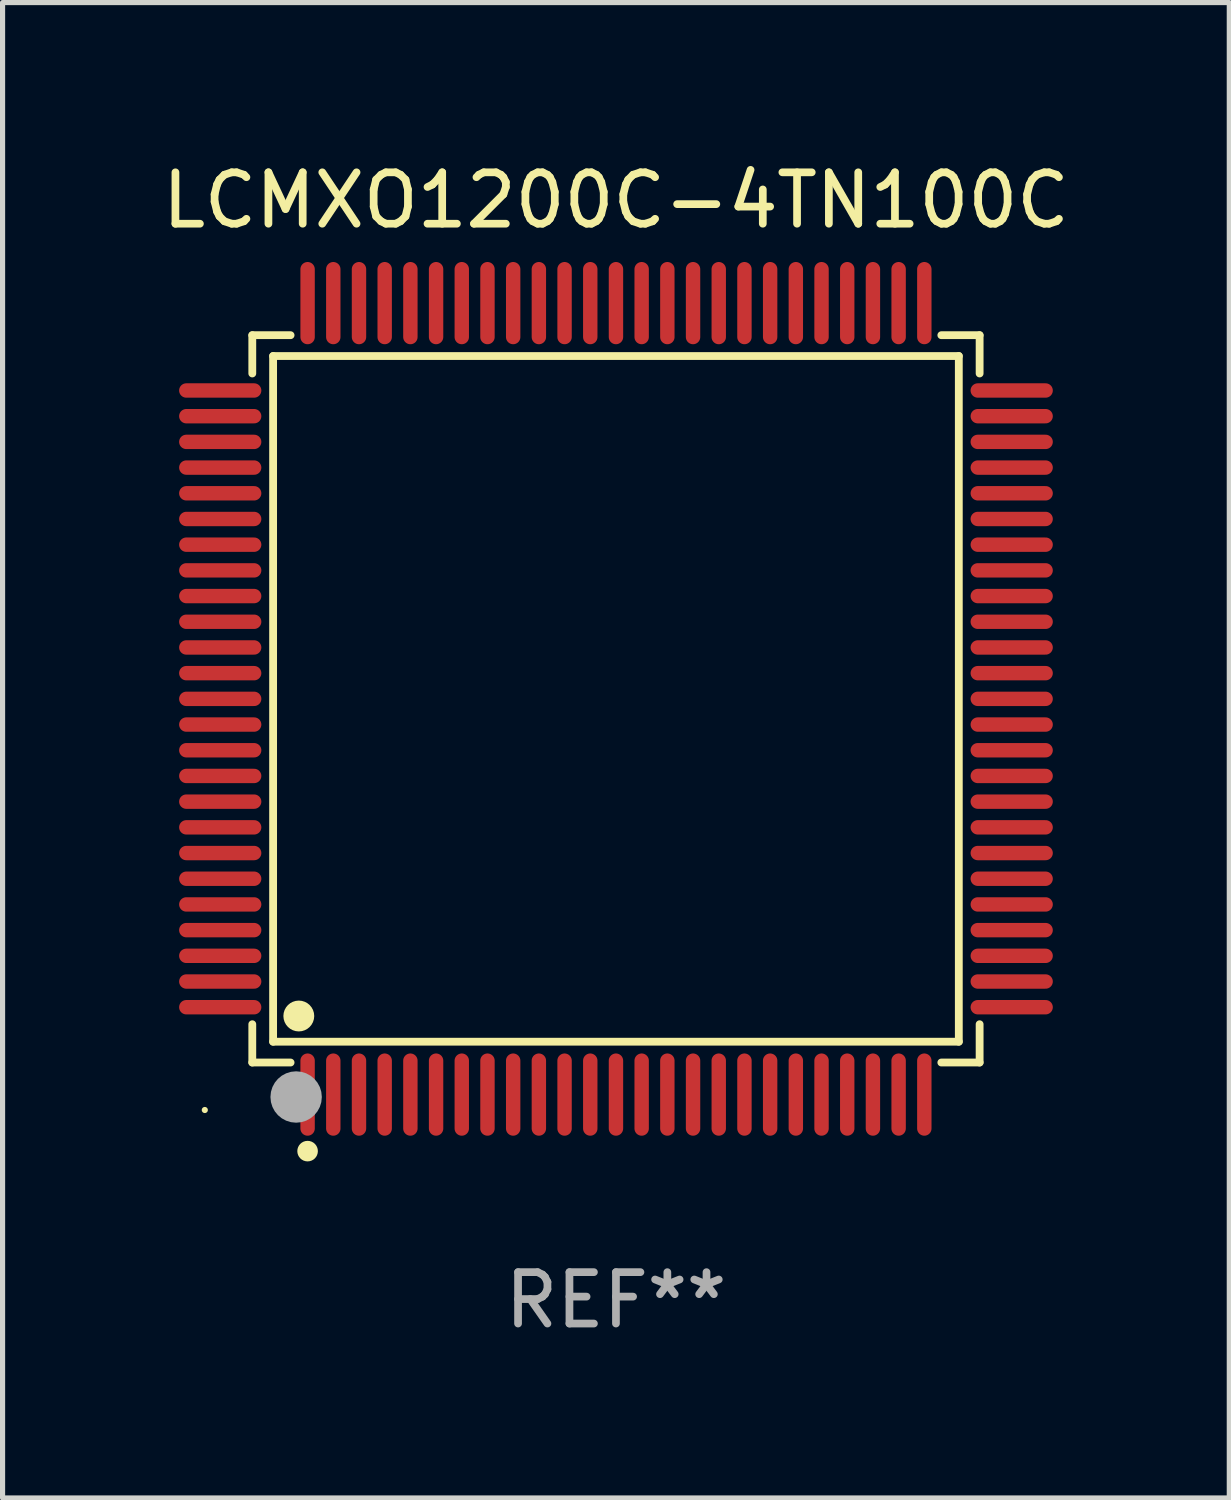
<source format=kicad_pcb>
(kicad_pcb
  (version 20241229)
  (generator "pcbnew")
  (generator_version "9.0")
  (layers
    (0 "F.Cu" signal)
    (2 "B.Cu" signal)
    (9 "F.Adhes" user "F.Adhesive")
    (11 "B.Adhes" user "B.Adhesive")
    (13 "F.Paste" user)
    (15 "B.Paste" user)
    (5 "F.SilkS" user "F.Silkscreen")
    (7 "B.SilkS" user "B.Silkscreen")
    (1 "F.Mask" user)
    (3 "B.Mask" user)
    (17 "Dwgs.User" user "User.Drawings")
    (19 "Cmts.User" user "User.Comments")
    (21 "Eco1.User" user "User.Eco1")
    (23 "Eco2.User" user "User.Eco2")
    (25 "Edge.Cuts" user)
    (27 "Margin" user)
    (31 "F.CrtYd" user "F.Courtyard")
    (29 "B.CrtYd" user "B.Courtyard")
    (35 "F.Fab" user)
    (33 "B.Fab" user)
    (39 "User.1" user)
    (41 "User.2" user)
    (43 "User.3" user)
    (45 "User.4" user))
  (footprint "LCMXO1200C-4TN100C"
    (layer "F.Cu")
    (at 8.935 10.548)
    (property "Reference" "LCMXO1200C-4TN100C" (at 0 -9.7 0) (layer "F.SilkS") (effects (font (size 1 1) (thickness 0.15))))
    (attr through_hole)
    (fp_line (start -7.076 -7.076) (end -6.331 -7.076) (stroke (width 0.152) (type solid)) (layer "F.SilkS"))
    (fp_line (start -7.076 -6.331) (end -7.076 -7.076) (stroke (width 0.152) (type solid)) (layer "F.SilkS"))
    (fp_line (start -7.076 6.331) (end -7.076 7.076) (stroke (width 0.152) (type solid)) (layer "F.SilkS"))
    (fp_line (start -7.076 7.076) (end -6.331 7.076) (stroke (width 0.152) (type solid)) (layer "F.SilkS"))
    (fp_line (start -6.671 -6.671) (end 6.671 -6.671) (stroke (width 0.152) (type solid)) (layer "F.SilkS"))
    (fp_line (start -6.671 6.671) (end -6.671 -6.671) (stroke (width 0.152) (type solid)) (layer "F.SilkS"))
    (fp_line (start 6.671 -6.671) (end 6.671 6.671) (stroke (width 0.152) (type solid)) (layer "F.SilkS"))
    (fp_line (start 6.671 6.671) (end -6.671 6.671) (stroke (width 0.152) (type solid)) (layer "F.SilkS"))
    (fp_line (start 7.076 -7.076) (end 6.331 -7.076) (stroke (width 0.152) (type solid)) (layer "F.SilkS"))
    (fp_line (start 7.076 -6.331) (end 7.076 -7.076) (stroke (width 0.152) (type solid)) (layer "F.SilkS"))
    (fp_line (start 7.076 6.331) (end 7.076 7.076) (stroke (width 0.152) (type solid)) (layer "F.SilkS"))
    (fp_line (start 7.076 7.076) (end 6.331 7.076) (stroke (width 0.152) (type solid)) (layer "F.SilkS"))
    (fp_circle (center -8 8) (end -7.97 8) (stroke (width 0.06) (type solid)) (fill no) (layer "F.SilkS"))
    (fp_circle (center -6.171 6.171) (end -6.021 6.171) (stroke (width 0.3) (type solid)) (fill no) (layer "F.SilkS"))
    (fp_circle (center -6 8.8) (end -5.9 8.8) (stroke (width 0.2) (type solid)) (fill no) (layer "F.SilkS"))
    (fp_circle (center -6.223 7.747) (end -5.973 7.747) (stroke (width 0.5) (type solid)) (fill no) (layer "F.Fab"))
    (fp_text user "REF**" (at 0 11.7 0) (layer "F.Fab") (effects (font (size 1 1) (thickness 0.15))))
    (pad "1" smd oval (at -6 7.7) (size 0.28 1.6) (layers "F.Cu" "F.Mask" "F.Paste"))
    (pad "2" smd oval (at -5.5 7.7) (size 0.28 1.6) (layers "F.Cu" "F.Mask" "F.Paste"))
    (pad "3" smd oval (at -5 7.7) (size 0.28 1.6) (layers "F.Cu" "F.Mask" "F.Paste"))
    (pad "4" smd oval (at -4.5 7.7) (size 0.28 1.6) (layers "F.Cu" "F.Mask" "F.Paste"))
    (pad "5" smd oval (at -4 7.7) (size 0.28 1.6) (layers "F.Cu" "F.Mask" "F.Paste"))
    (pad "6" smd oval (at -3.5 7.7) (size 0.28 1.6) (layers "F.Cu" "F.Mask" "F.Paste"))
    (pad "7" smd oval (at -3 7.7) (size 0.28 1.6) (layers "F.Cu" "F.Mask" "F.Paste"))
    (pad "8" smd oval (at -2.5 7.7) (size 0.28 1.6) (layers "F.Cu" "F.Mask" "F.Paste"))
    (pad "9" smd oval (at -2 7.7) (size 0.28 1.6) (layers "F.Cu" "F.Mask" "F.Paste"))
    (pad "10" smd oval (at -1.5 7.7) (size 0.28 1.6) (layers "F.Cu" "F.Mask" "F.Paste"))
    (pad "11" smd oval (at -1 7.7) (size 0.28 1.6) (layers "F.Cu" "F.Mask" "F.Paste"))
    (pad "12" smd oval (at -0.5 7.7) (size 0.28 1.6) (layers "F.Cu" "F.Mask" "F.Paste"))
    (pad "13" smd oval (at 0 7.7) (size 0.28 1.6) (layers "F.Cu" "F.Mask" "F.Paste"))
    (pad "14" smd oval (at 0.5 7.7) (size 0.28 1.6) (layers "F.Cu" "F.Mask" "F.Paste"))
    (pad "15" smd oval (at 1 7.7) (size 0.28 1.6) (layers "F.Cu" "F.Mask" "F.Paste"))
    (pad "16" smd oval (at 1.5 7.7) (size 0.28 1.6) (layers "F.Cu" "F.Mask" "F.Paste"))
    (pad "17" smd oval (at 2 7.7) (size 0.28 1.6) (layers "F.Cu" "F.Mask" "F.Paste"))
    (pad "18" smd oval (at 2.5 7.7) (size 0.28 1.6) (layers "F.Cu" "F.Mask" "F.Paste"))
    (pad "19" smd oval (at 3 7.7) (size 0.28 1.6) (layers "F.Cu" "F.Mask" "F.Paste"))
    (pad "20" smd oval (at 3.5 7.7) (size 0.28 1.6) (layers "F.Cu" "F.Mask" "F.Paste"))
    (pad "21" smd oval (at 4 7.7) (size 0.28 1.6) (layers "F.Cu" "F.Mask" "F.Paste"))
    (pad "22" smd oval (at 4.5 7.7) (size 0.28 1.6) (layers "F.Cu" "F.Mask" "F.Paste"))
    (pad "23" smd oval (at 5 7.7) (size 0.28 1.6) (layers "F.Cu" "F.Mask" "F.Paste"))
    (pad "24" smd oval (at 5.5 7.7) (size 0.28 1.6) (layers "F.Cu" "F.Mask" "F.Paste"))
    (pad "25" smd oval (at 6 7.7) (size 0.28 1.6) (layers "F.Cu" "F.Mask" "F.Paste"))
    (pad "26" smd oval (at 7.7 6) (size 1.6 0.28) (layers "F.Cu" "F.Mask" "F.Paste"))
    (pad "27" smd oval (at 7.7 5.5) (size 1.6 0.28) (layers "F.Cu" "F.Mask" "F.Paste"))
    (pad "28" smd oval (at 7.7 5) (size 1.6 0.28) (layers "F.Cu" "F.Mask" "F.Paste"))
    (pad "29" smd oval (at 7.7 4.5) (size 1.6 0.28) (layers "F.Cu" "F.Mask" "F.Paste"))
    (pad "30" smd oval (at 7.7 4) (size 1.6 0.28) (layers "F.Cu" "F.Mask" "F.Paste"))
    (pad "31" smd oval (at 7.7 3.5) (size 1.6 0.28) (layers "F.Cu" "F.Mask" "F.Paste"))
    (pad "32" smd oval (at 7.7 3) (size 1.6 0.28) (layers "F.Cu" "F.Mask" "F.Paste"))
    (pad "33" smd oval (at 7.7 2.5) (size 1.6 0.28) (layers "F.Cu" "F.Mask" "F.Paste"))
    (pad "34" smd oval (at 7.7 2) (size 1.6 0.28) (layers "F.Cu" "F.Mask" "F.Paste"))
    (pad "35" smd oval (at 7.7 1.5) (size 1.6 0.28) (layers "F.Cu" "F.Mask" "F.Paste"))
    (pad "36" smd oval (at 7.7 1) (size 1.6 0.28) (layers "F.Cu" "F.Mask" "F.Paste"))
    (pad "37" smd oval (at 7.7 0.5) (size 1.6 0.28) (layers "F.Cu" "F.Mask" "F.Paste"))
    (pad "38" smd oval (at 7.7 0) (size 1.6 0.28) (layers "F.Cu" "F.Mask" "F.Paste"))
    (pad "39" smd oval (at 7.7 -0.5) (size 1.6 0.28) (layers "F.Cu" "F.Mask" "F.Paste"))
    (pad "40" smd oval (at 7.7 -1) (size 1.6 0.28) (layers "F.Cu" "F.Mask" "F.Paste"))
    (pad "41" smd oval (at 7.7 -1.5) (size 1.6 0.28) (layers "F.Cu" "F.Mask" "F.Paste"))
    (pad "42" smd oval (at 7.7 -2) (size 1.6 0.28) (layers "F.Cu" "F.Mask" "F.Paste"))
    (pad "43" smd oval (at 7.7 -2.5) (size 1.6 0.28) (layers "F.Cu" "F.Mask" "F.Paste"))
    (pad "44" smd oval (at 7.7 -3) (size 1.6 0.28) (layers "F.Cu" "F.Mask" "F.Paste"))
    (pad "45" smd oval (at 7.7 -3.5) (size 1.6 0.28) (layers "F.Cu" "F.Mask" "F.Paste"))
    (pad "46" smd oval (at 7.7 -4) (size 1.6 0.28) (layers "F.Cu" "F.Mask" "F.Paste"))
    (pad "47" smd oval (at 7.7 -4.5) (size 1.6 0.28) (layers "F.Cu" "F.Mask" "F.Paste"))
    (pad "48" smd oval (at 7.7 -5) (size 1.6 0.28) (layers "F.Cu" "F.Mask" "F.Paste"))
    (pad "49" smd oval (at 7.7 -5.5) (size 1.6 0.28) (layers "F.Cu" "F.Mask" "F.Paste"))
    (pad "50" smd oval (at 7.7 -6) (size 1.6 0.28) (layers "F.Cu" "F.Mask" "F.Paste"))
    (pad "51" smd oval (at 6 -7.7) (size 0.28 1.6) (layers "F.Cu" "F.Mask" "F.Paste"))
    (pad "52" smd oval (at 5.5 -7.7) (size 0.28 1.6) (layers "F.Cu" "F.Mask" "F.Paste"))
    (pad "53" smd oval (at 5 -7.7) (size 0.28 1.6) (layers "F.Cu" "F.Mask" "F.Paste"))
    (pad "54" smd oval (at 4.5 -7.7) (size 0.28 1.6) (layers "F.Cu" "F.Mask" "F.Paste"))
    (pad "55" smd oval (at 4 -7.7) (size 0.28 1.6) (layers "F.Cu" "F.Mask" "F.Paste"))
    (pad "56" smd oval (at 3.5 -7.7) (size 0.28 1.6) (layers "F.Cu" "F.Mask" "F.Paste"))
    (pad "57" smd oval (at 3 -7.7) (size 0.28 1.6) (layers "F.Cu" "F.Mask" "F.Paste"))
    (pad "58" smd oval (at 2.5 -7.7) (size 0.28 1.6) (layers "F.Cu" "F.Mask" "F.Paste"))
    (pad "59" smd oval (at 2 -7.7) (size 0.28 1.6) (layers "F.Cu" "F.Mask" "F.Paste"))
    (pad "60" smd oval (at 1.5 -7.7) (size 0.28 1.6) (layers "F.Cu" "F.Mask" "F.Paste"))
    (pad "61" smd oval (at 1 -7.7) (size 0.28 1.6) (layers "F.Cu" "F.Mask" "F.Paste"))
    (pad "62" smd oval (at 0.5 -7.7) (size 0.28 1.6) (layers "F.Cu" "F.Mask" "F.Paste"))
    (pad "63" smd oval (at 0 -7.7) (size 0.28 1.6) (layers "F.Cu" "F.Mask" "F.Paste"))
    (pad "64" smd oval (at -0.5 -7.7) (size 0.28 1.6) (layers "F.Cu" "F.Mask" "F.Paste"))
    (pad "65" smd oval (at -1 -7.7) (size 0.28 1.6) (layers "F.Cu" "F.Mask" "F.Paste"))
    (pad "66" smd oval (at -1.5 -7.7) (size 0.28 1.6) (layers "F.Cu" "F.Mask" "F.Paste"))
    (pad "67" smd oval (at -2 -7.7) (size 0.28 1.6) (layers "F.Cu" "F.Mask" "F.Paste"))
    (pad "68" smd oval (at -2.5 -7.7) (size 0.28 1.6) (layers "F.Cu" "F.Mask" "F.Paste"))
    (pad "69" smd oval (at -3 -7.7) (size 0.28 1.6) (layers "F.Cu" "F.Mask" "F.Paste"))
    (pad "70" smd oval (at -3.5 -7.7) (size 0.28 1.6) (layers "F.Cu" "F.Mask" "F.Paste"))
    (pad "71" smd oval (at -4 -7.7) (size 0.28 1.6) (layers "F.Cu" "F.Mask" "F.Paste"))
    (pad "72" smd oval (at -4.5 -7.7) (size 0.28 1.6) (layers "F.Cu" "F.Mask" "F.Paste"))
    (pad "73" smd oval (at -5 -7.7) (size 0.28 1.6) (layers "F.Cu" "F.Mask" "F.Paste"))
    (pad "74" smd oval (at -5.5 -7.7) (size 0.28 1.6) (layers "F.Cu" "F.Mask" "F.Paste"))
    (pad "75" smd oval (at -6 -7.7) (size 0.28 1.6) (layers "F.Cu" "F.Mask" "F.Paste"))
    (pad "76" smd oval (at -7.7 -6) (size 1.6 0.28) (layers "F.Cu" "F.Mask" "F.Paste"))
    (pad "77" smd oval (at -7.7 -5.5) (size 1.6 0.28) (layers "F.Cu" "F.Mask" "F.Paste"))
    (pad "78" smd oval (at -7.7 -5) (size 1.6 0.28) (layers "F.Cu" "F.Mask" "F.Paste"))
    (pad "79" smd oval (at -7.7 -4.5) (size 1.6 0.28) (layers "F.Cu" "F.Mask" "F.Paste"))
    (pad "80" smd oval (at -7.7 -4) (size 1.6 0.28) (layers "F.Cu" "F.Mask" "F.Paste"))
    (pad "81" smd oval (at -7.7 -3.5) (size 1.6 0.28) (layers "F.Cu" "F.Mask" "F.Paste"))
    (pad "82" smd oval (at -7.7 -3) (size 1.6 0.28) (layers "F.Cu" "F.Mask" "F.Paste"))
    (pad "83" smd oval (at -7.7 -2.5) (size 1.6 0.28) (layers "F.Cu" "F.Mask" "F.Paste"))
    (pad "84" smd oval (at -7.7 -2) (size 1.6 0.28) (layers "F.Cu" "F.Mask" "F.Paste"))
    (pad "85" smd oval (at -7.7 -1.5) (size 1.6 0.28) (layers "F.Cu" "F.Mask" "F.Paste"))
    (pad "86" smd oval (at -7.7 -1) (size 1.6 0.28) (layers "F.Cu" "F.Mask" "F.Paste"))
    (pad "87" smd oval (at -7.7 -0.5) (size 1.6 0.28) (layers "F.Cu" "F.Mask" "F.Paste"))
    (pad "88" smd oval (at -7.7 0) (size 1.6 0.28) (layers "F.Cu" "F.Mask" "F.Paste"))
    (pad "89" smd oval (at -7.7 0.5) (size 1.6 0.28) (layers "F.Cu" "F.Mask" "F.Paste"))
    (pad "90" smd oval (at -7.7 1) (size 1.6 0.28) (layers "F.Cu" "F.Mask" "F.Paste"))
    (pad "91" smd oval (at -7.7 1.5) (size 1.6 0.28) (layers "F.Cu" "F.Mask" "F.Paste"))
    (pad "92" smd oval (at -7.7 2) (size 1.6 0.28) (layers "F.Cu" "F.Mask" "F.Paste"))
    (pad "93" smd oval (at -7.7 2.5) (size 1.6 0.28) (layers "F.Cu" "F.Mask" "F.Paste"))
    (pad "94" smd oval (at -7.7 3) (size 1.6 0.28) (layers "F.Cu" "F.Mask" "F.Paste"))
    (pad "95" smd oval (at -7.7 3.5) (size 1.6 0.28) (layers "F.Cu" "F.Mask" "F.Paste"))
    (pad "96" smd oval (at -7.7 4) (size 1.6 0.28) (layers "F.Cu" "F.Mask" "F.Paste"))
    (pad "97" smd oval (at -7.7 4.5) (size 1.6 0.28) (layers "F.Cu" "F.Mask" "F.Paste"))
    (pad "98" smd oval (at -7.7 5) (size 1.6 0.28) (layers "F.Cu" "F.Mask" "F.Paste"))
    (pad "99" smd oval (at -7.7 5.5) (size 1.6 0.28) (layers "F.Cu" "F.Mask" "F.Paste"))
    (pad "100" smd oval (at -7.7 6) (size 1.6 0.28) (layers "F.Cu" "F.Mask" "F.Paste")))
  (gr_rect
    (start -3 -3)
    (end 20.869 26.097)
    (stroke (width 0.1) (type default))
    (fill no)
    (layer "Edge.Cuts")))
</source>
